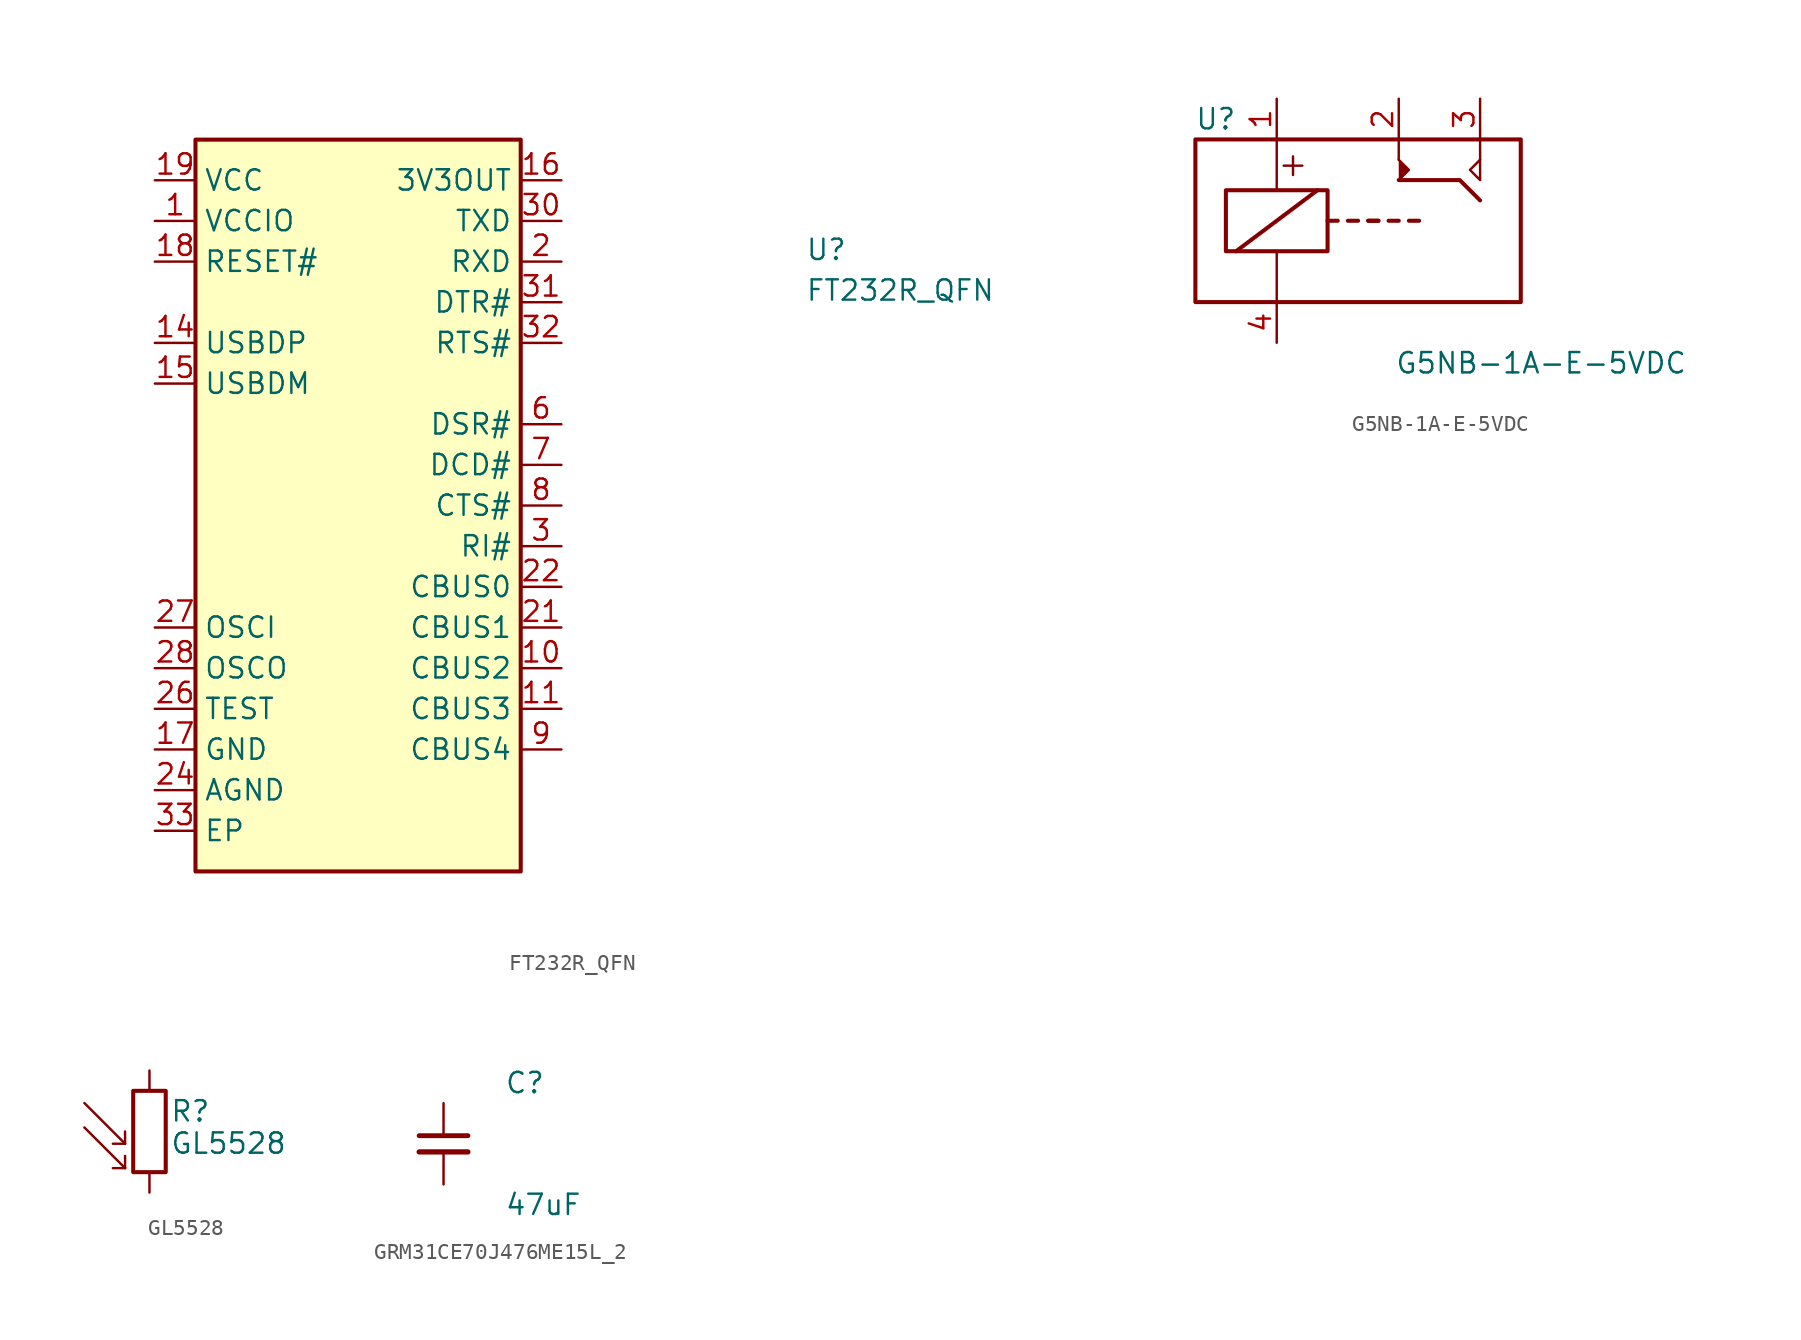
<source format=kicad_sym>
(kicad_symbol_lib
  (version 20231120)
  (generator "kicad_symbol_editor")
  (generator_version "8.0")
  (symbol "FT232R_QFN"
    (property "Reference" "U"
      (at 40.64 -5.08 0)
      (effects (font (size 1.27 1.27) (thickness 0.15)) (justify left bottom)))
    (property "Value" "FT232R_QFN"
      (at 40.64 -7.62 0)
      (effects (font (size 1.27 1.27) (thickness 0.15)) (justify left bottom)))
    (symbol "FT232R_QFN_1_1"
      (rectangle (start 2.54 2.54) (end 22.86 -43.18) (stroke (width 0.254) (type default)) (fill (type background)))
      (pin power_in line (at 0 -2.54 0) (length 2.54) (name "VCCIO" (effects (font (size 1.27 1.27)))) (number "1" (effects (font (size 1.27 1.27)))))
      (pin bidirectional line (at 25.4 -30.48 180) (length 2.54) (name "CBUS2" (effects (font (size 1.27 1.27)))) (number "10" (effects (font (size 1.27 1.27)))))
      (pin bidirectional line (at 25.4 -33.02 180) (length 2.54) (name "CBUS3" (effects (font (size 1.27 1.27)))) (number "11" (effects (font (size 1.27 1.27)))))
      (pin no_connect line (at 22.86 -40.64 180) (length 2.54) hide (name "NC" (effects (font (size 1.27 1.27)))) (number "12" (effects (font (size 1.27 1.27)))))
      (pin no_connect line (at 2.54 -17.78 0) (length 2.54) hide (name "NC" (effects (font (size 1.27 1.27)))) (number "13" (effects (font (size 1.27 1.27)))))
      (pin bidirectional line (at 0 -10.16 0) (length 2.54) (name "USBDP" (effects (font (size 1.27 1.27)))) (number "14" (effects (font (size 1.27 1.27)))))
      (pin bidirectional line (at 0 -12.7 0) (length 2.54) (name "USBDM" (effects (font (size 1.27 1.27)))) (number "15" (effects (font (size 1.27 1.27)))))
      (pin output line (at 25.4 0 180) (length 2.54) (name "3V3OUT" (effects (font (size 1.27 1.27)))) (number "16" (effects (font (size 1.27 1.27)))))
      (pin power_in line (at 0 -35.56 0) (length 2.54) (name "GND" (effects (font (size 1.27 1.27)))) (number "17" (effects (font (size 1.27 1.27)))))
      (pin input line (at 0 -5.08 0) (length 2.54) (name "RESET#" (effects (font (size 1.27 1.27)))) (number "18" (effects (font (size 1.27 1.27)))))
      (pin power_in line (at 0 0 0) (length 2.54) (name "VCC" (effects (font (size 1.27 1.27)))) (number "19" (effects (font (size 1.27 1.27)))))
      (pin input line (at 25.4 -5.08 180) (length 2.54) (name "RXD" (effects (font (size 1.27 1.27)))) (number "2" (effects (font (size 1.27 1.27)))))
      (pin passive line (at 0 -35.56 0) (length 2.54) hide (name "GND" (effects (font (size 1.27 1.27)))) (number "20" (effects (font (size 1.27 1.27)))))
      (pin bidirectional line (at 25.4 -27.94 180) (length 2.54) (name "CBUS1" (effects (font (size 1.27 1.27)))) (number "21" (effects (font (size 1.27 1.27)))))
      (pin bidirectional line (at 25.4 -25.4 180) (length 2.54) (name "CBUS0" (effects (font (size 1.27 1.27)))) (number "22" (effects (font (size 1.27 1.27)))))
      (pin no_connect line (at 2.54 -20.32 0) (length 2.54) hide (name "NC" (effects (font (size 1.27 1.27)))) (number "23" (effects (font (size 1.27 1.27)))))
      (pin power_in line (at 0 -38.1 0) (length 2.54) (name "AGND" (effects (font (size 1.27 1.27)))) (number "24" (effects (font (size 1.27 1.27)))))
      (pin no_connect line (at 2.54 -22.86 0) (length 2.54) hide (name "NC" (effects (font (size 1.27 1.27)))) (number "25" (effects (font (size 1.27 1.27)))))
      (pin input line (at 0 -33.02 0) (length 2.54) (name "TEST" (effects (font (size 1.27 1.27)))) (number "26" (effects (font (size 1.27 1.27)))))
      (pin input line (at 0 -27.94 0) (length 2.54) (name "OSCI" (effects (font (size 1.27 1.27)))) (number "27" (effects (font (size 1.27 1.27)))))
      (pin output line (at 0 -30.48 0) (length 2.54) (name "OSCO" (effects (font (size 1.27 1.27)))) (number "28" (effects (font (size 1.27 1.27)))))
      (pin no_connect line (at 2.54 -25.4 0) (length 2.54) hide (name "NC" (effects (font (size 1.27 1.27)))) (number "29" (effects (font (size 1.27 1.27)))))
      (pin input line (at 25.4 -22.86 180) (length 2.54) (name "RI#" (effects (font (size 1.27 1.27)))) (number "3" (effects (font (size 1.27 1.27)))))
      (pin output line (at 25.4 -2.54 180) (length 2.54) (name "TXD" (effects (font (size 1.27 1.27)))) (number "30" (effects (font (size 1.27 1.27)))))
      (pin output line (at 25.4 -7.62 180) (length 2.54) (name "DTR#" (effects (font (size 1.27 1.27)))) (number "31" (effects (font (size 1.27 1.27)))))
      (pin output line (at 25.4 -10.16 180) (length 2.54) (name "RTS#" (effects (font (size 1.27 1.27)))) (number "32" (effects (font (size 1.27 1.27)))))
      (pin unspecified line (at 0 -40.64 0) (length 2.54) (name "EP" (effects (font (size 1.27 1.27)))) (number "33" (effects (font (size 1.27 1.27)))))
      (pin passive line (at 0 -35.56 0) (length 2.54) hide (name "GND" (effects (font (size 1.27 1.27)))) (number "4" (effects (font (size 1.27 1.27)))))
      (pin no_connect line (at 22.86 -38.1 180) (length 2.54) hide (name "NC" (effects (font (size 1.27 1.27)))) (number "5" (effects (font (size 1.27 1.27)))))
      (pin input line (at 25.4 -15.24 180) (length 2.54) (name "DSR#" (effects (font (size 1.27 1.27)))) (number "6" (effects (font (size 1.27 1.27)))))
      (pin input line (at 25.4 -17.78 180) (length 2.54) (name "DCD#" (effects (font (size 1.27 1.27)))) (number "7" (effects (font (size 1.27 1.27)))))
      (pin input line (at 25.4 -20.32 180) (length 2.54) (name "CTS#" (effects (font (size 1.27 1.27)))) (number "8" (effects (font (size 1.27 1.27)))))
      (pin bidirectional line (at 25.4 -35.56 180) (length 2.54) (name "CBUS4" (effects (font (size 1.27 1.27)))) (number "9" (effects (font (size 1.27 1.27)))))))
  (symbol "G5NB-1A-E-5VDC"
    (pin_names
      (offset 1.016))
    (property "Reference" "U"
      (at -8.89 6.35 0)
      (effects (font (size 1.27 1.27))))
    (property "Value" "G5NB-1A-E-5VDC"
      (at 11.43 -8.89 0)
      (effects (font (size 1.27 1.27))))
    (symbol "G5NB-1A-E-5VDC_0_1"
      (polyline (pts (xy 2.54 2.54) (xy 6.35 2.54) (xy 7.62 1.27)) (stroke (width 0.254) (type solid)) (fill (type none))))
    (symbol "G5NB-1A-E-5VDC_1_1"
      (rectangle (start -10.16 5.08) (end 10.16 -5.08) (stroke (width 0.254) (type solid)) (fill (type none)))
      (rectangle (start -8.255 1.905) (end -1.905 -1.905) (stroke (width 0.254) (type solid)) (fill (type none)))
      (polyline (pts (xy -7.62 -1.905) (xy -2.54 1.905)) (stroke (width 0.254) (type solid)) (fill (type none)))
      (polyline (pts (xy -5.08 -5.08) (xy -5.08 -1.905)) (stroke (width 0) (type solid)) (fill (type none)))
      (polyline (pts (xy -5.08 5.08) (xy -5.08 1.905)) (stroke (width 0) (type solid)) (fill (type none)))
      (polyline (pts (xy -1.905 0) (xy -1.27 0)) (stroke (width 0.254) (type solid)) (fill (type none)))
      (polyline (pts (xy -0.635 0) (xy 0 0)) (stroke (width 0.254) (type solid)) (fill (type none)))
      (polyline (pts (xy 0.635 0) (xy 1.27 0)) (stroke (width 0.254) (type solid)) (fill (type none)))
      (polyline (pts (xy 0.635 0) (xy 1.27 0)) (stroke (width 0.254) (type solid)) (fill (type none)))
      (polyline (pts (xy 1.905 0) (xy 2.54 0)) (stroke (width 0.254) (type solid)) (fill (type none)))
      (polyline (pts (xy 2.54 3.81) (xy 2.54 5.08)) (stroke (width 0) (type solid)) (fill (type none)))
      (polyline (pts (xy 3.175 0) (xy 3.81 0)) (stroke (width 0.254) (type solid)) (fill (type none)))
      (polyline (pts (xy 7.62 3.81) (xy 7.62 5.08)) (stroke (width 0) (type solid)) (fill (type none)))
      (polyline (pts (xy 2.54 2.54) (xy 3.175 3.175) (xy 2.54 3.81)) (stroke (width 0) (type solid)) (fill (type outline)))
      (polyline (pts (xy 7.62 3.81) (xy 7.62 2.54) (xy 6.985 3.175) (xy 7.62 3.81)) (stroke (width 0) (type solid)) (fill (type none)))
      (text "+" (at -4.064 3.556 0) (effects (font (size 1.524 1.524))))
      (pin passive line (at -5.08 7.62 270) (length 2.54) (name "~" (effects (font (size 1.27 1.27)))) (number "1" (effects (font (size 1.27 1.27)))))
      (pin passive line (at 2.54 7.62 270) (length 2.54) (name "~" (effects (font (size 1.27 1.27)))) (number "2" (effects (font (size 1.27 1.27)))))
      (pin passive line (at 7.62 7.62 270) (length 2.54) (name "~" (effects (font (size 1.27 1.27)))) (number "3" (effects (font (size 1.27 1.27)))))
      (pin passive line (at -5.08 -7.62 90) (length 2.54) (name "~" (effects (font (size 1.27 1.27)))) (number "4" (effects (font (size 1.27 1.27)))))))
  (symbol "GL5528"
    (pin_numbers hide)
    (pin_names
      (offset 0))
    (property "Reference" "R"
      (at 1.27 1.27 0)
      (effects (font (size 1.27 1.27)) (justify left)))
    (property "Value" "GL5528"
      (at 1.27 0 0)
      (effects (font (size 1.27 1.27)) (justify left top)))
    (symbol "GL5528_0_1"
      (rectangle (start -1.016 2.54) (end 1.016 -2.54) (stroke (width 0.254) (type default)) (fill (type none)))
      (polyline (pts (xy -1.524 -2.286) (xy -4.064 0.254)) (stroke (width 0) (type default)) (fill (type none)))
      (polyline (pts (xy -1.524 -2.286) (xy -2.286 -2.286)) (stroke (width 0) (type default)) (fill (type none)))
      (polyline (pts (xy -1.524 -2.286) (xy -1.524 -1.524)) (stroke (width 0) (type default)) (fill (type none)))
      (polyline (pts (xy -1.524 -0.762) (xy -4.064 1.778)) (stroke (width 0) (type default)) (fill (type none)))
      (polyline (pts (xy -1.524 -0.762) (xy -2.286 -0.762)) (stroke (width 0) (type default)) (fill (type none)))
      (polyline (pts (xy -1.524 -0.762) (xy -1.524 0)) (stroke (width 0) (type default)) (fill (type none))))
    (symbol "GL5528_1_1"
      (pin passive line (at 0 3.81 270) (length 1.27) (name "~" (effects (font (size 1.27 1.27)))) (number "1" (effects (font (size 1.27 1.27)))))
      (pin passive line (at 0 -3.81 90) (length 1.27) (name "~" (effects (font (size 1.27 1.27)))) (number "2" (effects (font (size 1.27 1.27)))))))
  (symbol "GRM31CE70J476ME15L_2"
    (pin_numbers hide)
    (pin_names
      (offset 1.016))
    (property "Reference" "C"
      (at 3.81 3.81 0)
      (effects (font (size 1.27 1.27)) (justify left)))
    (property "Value" "47uF"
      (at 3.81 -3.81 0)
      (effects (font (size 1.27 1.27)) (justify left)))
    (symbol "GRM31CE70J476ME15L_2_1_1"
      (polyline (pts (xy -1.524 -0.508) (xy 1.524 -0.508)) (stroke (width 0.33) (type default)) (fill (type none)))
      (polyline (pts (xy -1.524 0.508) (xy 1.524 0.508)) (stroke (width 0.305) (type default)) (fill (type none)))
      (pin passive line (at 0 2.54 270) (length 2.032) (name "~" (effects (font (size 1.27 1.27)))) (number "1" (effects (font (size 1.27 1.27)))))
      (pin passive line (at 0 -2.54 90) (length 2.032) (name "~" (effects (font (size 1.27 1.27)))) (number "2" (effects (font (size 1.27 1.27))))))))
</source>
